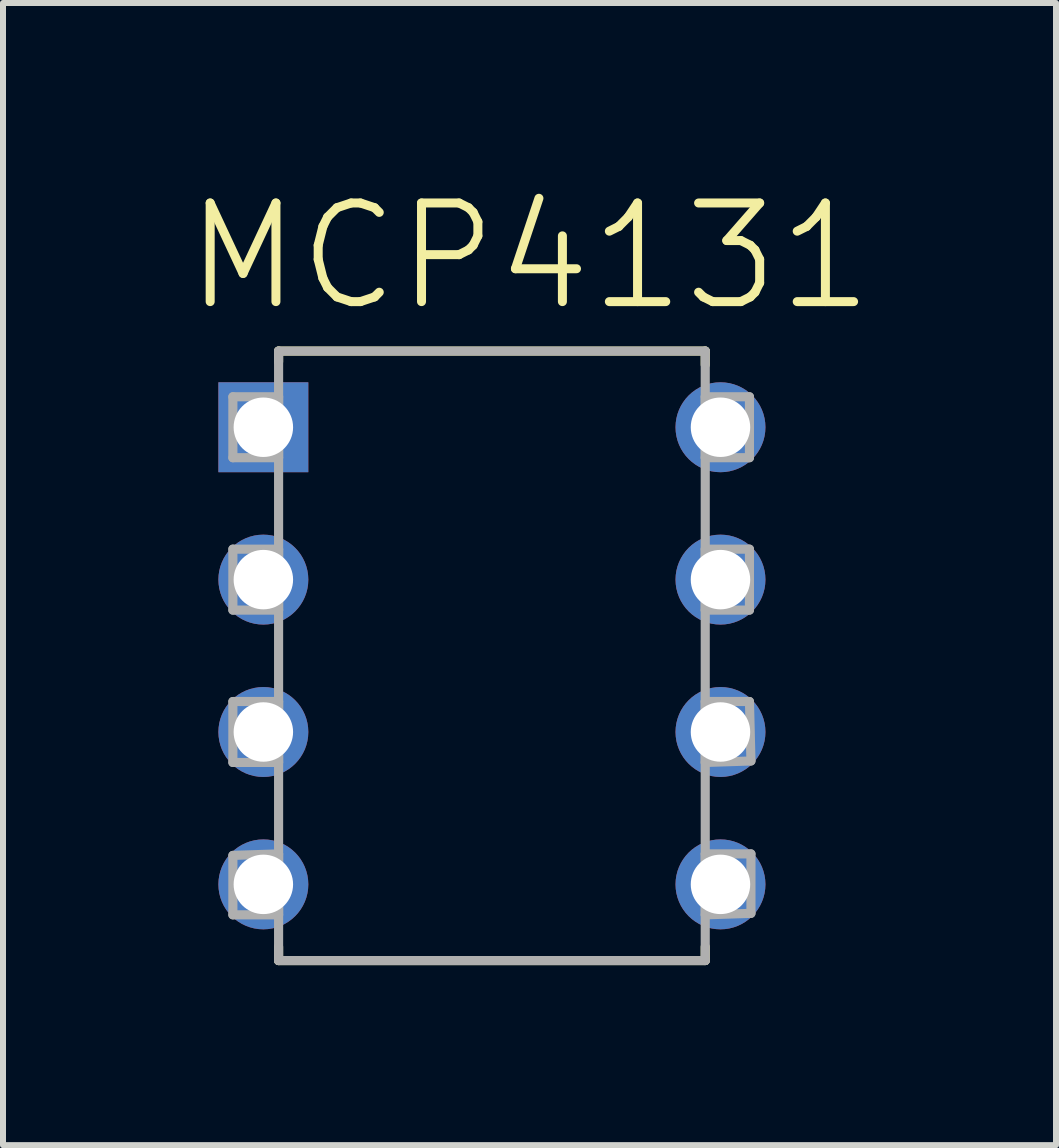
<source format=kicad_pcb>
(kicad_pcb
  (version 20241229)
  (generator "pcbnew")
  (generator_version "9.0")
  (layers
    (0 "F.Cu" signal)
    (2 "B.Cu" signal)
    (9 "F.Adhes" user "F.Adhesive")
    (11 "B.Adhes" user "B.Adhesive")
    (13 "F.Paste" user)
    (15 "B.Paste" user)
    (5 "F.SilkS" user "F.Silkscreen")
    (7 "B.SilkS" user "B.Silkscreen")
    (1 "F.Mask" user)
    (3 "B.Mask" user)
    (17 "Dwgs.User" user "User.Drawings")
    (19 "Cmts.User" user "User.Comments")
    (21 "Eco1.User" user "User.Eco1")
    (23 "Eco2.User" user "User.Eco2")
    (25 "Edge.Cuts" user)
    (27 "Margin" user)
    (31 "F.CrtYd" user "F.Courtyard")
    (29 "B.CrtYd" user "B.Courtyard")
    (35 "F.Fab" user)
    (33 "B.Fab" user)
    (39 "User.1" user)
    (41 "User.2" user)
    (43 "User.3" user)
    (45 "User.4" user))
  (footprint "MCP4131"
    (layer "F.Cu")
    (at 8.96 11.692)
    (property "Reference" "MCP4131" (at -3.183 -10.467 0) (layer "F.SilkS") (effects (font (size 1.644 1.644) (thickness 0.15))))
    (attr through_hole)
    (fp_line (start -7.366 -8.89) (end -7.366 -8.712) (stroke (width 0.152) (type solid)) (layer "F.SilkS"))
    (fp_line (start -7.366 1.041) (end -7.366 1.27) (stroke (width 0.152) (type solid)) (layer "F.SilkS"))
    (fp_line (start -7.366 1.27) (end -0.254 1.27) (stroke (width 0.152) (type solid)) (layer "F.SilkS"))
    (fp_line (start -0.254 -8.89) (end -7.366 -8.89) (stroke (width 0.152) (type solid)) (layer "F.SilkS"))
    (fp_line (start -0.254 -8.661) (end -0.254 -8.89) (stroke (width 0.152) (type solid)) (layer "F.SilkS"))
    (fp_line (start -0.254 1.27) (end -0.254 1.041) (stroke (width 0.152) (type solid)) (layer "F.SilkS"))
    (fp_line (start -8.128 -8.128) (end -8.128 -7.112) (stroke (width 0.152) (type solid)) (layer "F.Fab"))
    (fp_line (start -8.128 -7.112) (end -7.366 -7.112) (stroke (width 0.152) (type solid)) (layer "F.Fab"))
    (fp_line (start -8.128 -5.588) (end -8.128 -4.572) (stroke (width 0.152) (type solid)) (layer "F.Fab"))
    (fp_line (start -8.128 -4.572) (end -7.366 -4.572) (stroke (width 0.152) (type solid)) (layer "F.Fab"))
    (fp_line (start -8.128 -3.048) (end -8.128 -2.032) (stroke (width 0.152) (type solid)) (layer "F.Fab"))
    (fp_line (start -8.128 -2.032) (end -7.366 -2.032) (stroke (width 0.152) (type solid)) (layer "F.Fab"))
    (fp_line (start -8.128 -0.483) (end -8.128 0.508) (stroke (width 0.152) (type solid)) (layer "F.Fab"))
    (fp_line (start -8.128 0.508) (end -7.366 0.508) (stroke (width 0.152) (type solid)) (layer "F.Fab"))
    (fp_line (start -7.366 -8.89) (end -7.366 1.27) (stroke (width 0.152) (type solid)) (layer "F.Fab"))
    (fp_line (start -7.366 -8.128) (end -8.128 -8.128) (stroke (width 0.152) (type solid)) (layer "F.Fab"))
    (fp_line (start -7.366 -7.112) (end -7.366 -8.128) (stroke (width 0.152) (type solid)) (layer "F.Fab"))
    (fp_line (start -7.366 -5.588) (end -8.128 -5.588) (stroke (width 0.152) (type solid)) (layer "F.Fab"))
    (fp_line (start -7.366 -4.572) (end -7.366 -5.588) (stroke (width 0.152) (type solid)) (layer "F.Fab"))
    (fp_line (start -7.366 -3.048) (end -8.128 -3.048) (stroke (width 0.152) (type solid)) (layer "F.Fab"))
    (fp_line (start -7.366 -2.032) (end -7.366 -3.048) (stroke (width 0.152) (type solid)) (layer "F.Fab"))
    (fp_line (start -7.366 -0.508) (end -8.128 -0.483) (stroke (width 0.152) (type solid)) (layer "F.Fab"))
    (fp_line (start -7.366 0.508) (end -7.366 -0.508) (stroke (width 0.152) (type solid)) (layer "F.Fab"))
    (fp_line (start -7.366 1.27) (end -0.254 1.27) (stroke (width 0.152) (type solid)) (layer "F.Fab"))
    (fp_line (start -0.254 -8.89) (end -7.366 -8.89) (stroke (width 0.152) (type solid)) (layer "F.Fab"))
    (fp_line (start -0.254 -8.128) (end -0.254 -7.112) (stroke (width 0.152) (type solid)) (layer "F.Fab"))
    (fp_line (start -0.254 -7.112) (end 0.483 -7.112) (stroke (width 0.152) (type solid)) (layer "F.Fab"))
    (fp_line (start -0.254 -5.588) (end -0.254 -4.572) (stroke (width 0.152) (type solid)) (layer "F.Fab"))
    (fp_line (start -0.254 -4.572) (end 0.483 -4.572) (stroke (width 0.152) (type solid)) (layer "F.Fab"))
    (fp_line (start -0.254 -3.048) (end -0.254 -2.032) (stroke (width 0.152) (type solid)) (layer "F.Fab"))
    (fp_line (start -0.254 -2.032) (end 0.508 -2.057) (stroke (width 0.152) (type solid)) (layer "F.Fab"))
    (fp_line (start -0.254 -0.508) (end -0.254 0.508) (stroke (width 0.152) (type solid)) (layer "F.Fab"))
    (fp_line (start -0.254 0.508) (end 0.508 0.483) (stroke (width 0.152) (type solid)) (layer "F.Fab"))
    (fp_line (start -0.254 1.27) (end -0.254 -8.89) (stroke (width 0.152) (type solid)) (layer "F.Fab"))
    (fp_line (start 0.483 -8.128) (end -0.254 -8.128) (stroke (width 0.152) (type solid)) (layer "F.Fab"))
    (fp_line (start 0.483 -7.112) (end 0.483 -8.128) (stroke (width 0.152) (type solid)) (layer "F.Fab"))
    (fp_line (start 0.483 -5.588) (end -0.254 -5.588) (stroke (width 0.152) (type solid)) (layer "F.Fab"))
    (fp_line (start 0.483 -4.572) (end 0.483 -5.588) (stroke (width 0.152) (type solid)) (layer "F.Fab"))
    (fp_line (start 0.483 -3.048) (end -0.254 -3.048) (stroke (width 0.152) (type solid)) (layer "F.Fab"))
    (fp_line (start 0.508 -2.057) (end 0.483 -3.048) (stroke (width 0.152) (type solid)) (layer "F.Fab"))
    (fp_line (start 0.508 -0.508) (end -0.254 -0.508) (stroke (width 0.152) (type solid)) (layer "F.Fab"))
    (fp_line (start 0.508 0.483) (end 0.508 -0.508) (stroke (width 0.152) (type solid)) (layer "F.Fab"))
    (pad "1" thru_hole rect (at -7.62 -7.62) (size 1.499 1.499) (drill 0.991) (layers "*.Cu" "*.Mask"))
    (pad "2" thru_hole circle (at -7.62 -5.08) (size 1.499 1.499) (drill 0.991) (layers "*.Cu" "*.Mask"))
    (pad "3" thru_hole circle (at -7.62 -2.54) (size 1.499 1.499) (drill 0.991) (layers "*.Cu" "*.Mask"))
    (pad "4" thru_hole circle (at -7.62 0) (size 1.499 1.499) (drill 0.991) (layers "*.Cu" "*.Mask"))
    (pad "5" thru_hole circle (at 0 0) (size 1.499 1.499) (drill 0.991) (layers "*.Cu" "*.Mask"))
    (pad "6" thru_hole circle (at 0 -2.54) (size 1.499 1.499) (drill 0.991) (layers "*.Cu" "*.Mask"))
    (pad "7" thru_hole circle (at 0 -5.08) (size 1.499 1.499) (drill 0.991) (layers "*.Cu" "*.Mask"))
    (pad "8" thru_hole circle (at 0 -7.62) (size 1.499 1.499) (drill 0.991) (layers "*.Cu" "*.Mask")))
  (gr_rect
    (start -3 -3)
    (end 14.553 16.039)
    (stroke (width 0.1) (type default))
    (fill no)
    (layer "Edge.Cuts")))
</source>
